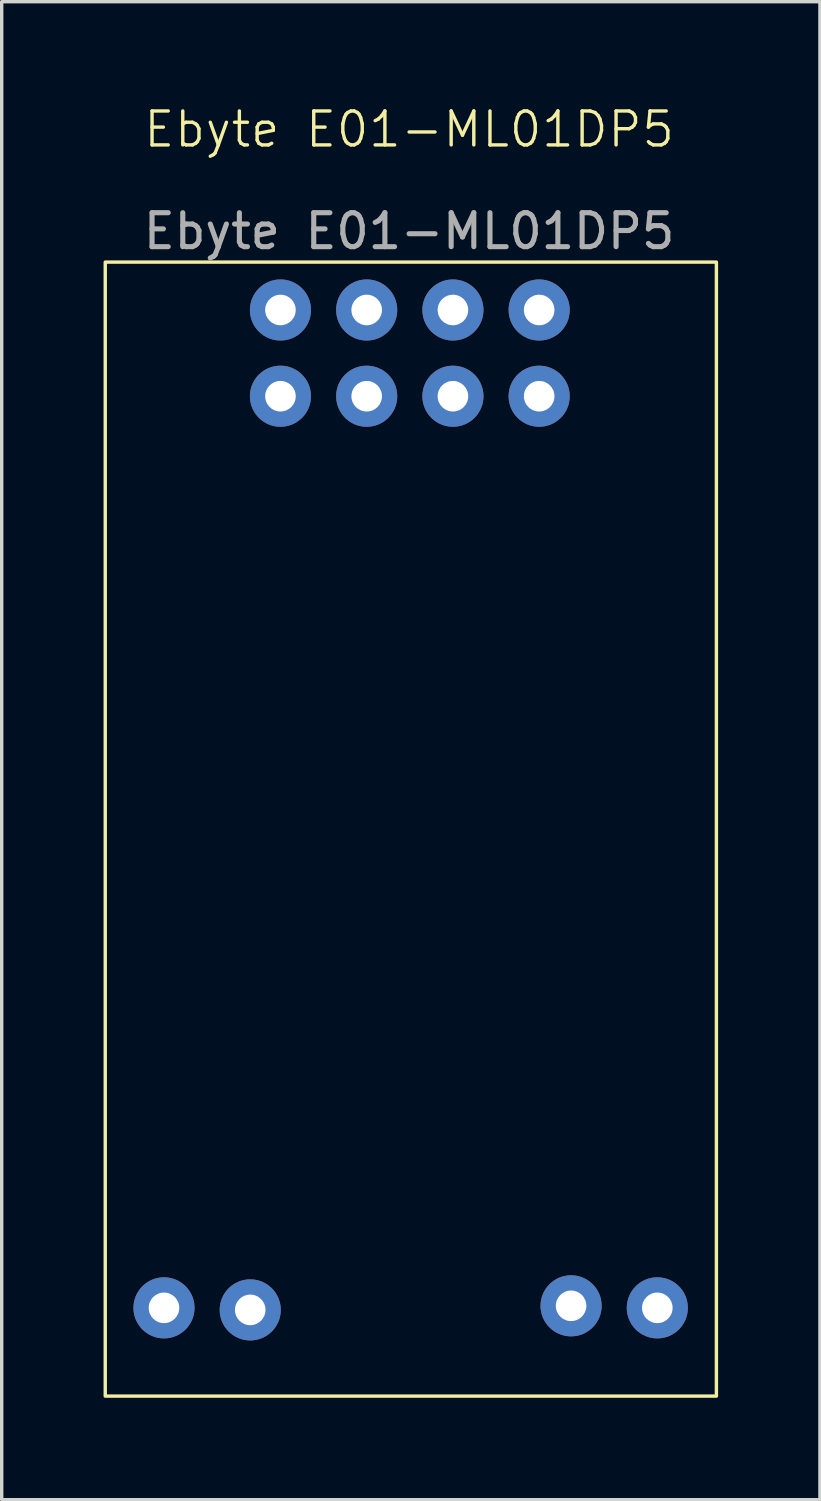
<source format=kicad_pcb>
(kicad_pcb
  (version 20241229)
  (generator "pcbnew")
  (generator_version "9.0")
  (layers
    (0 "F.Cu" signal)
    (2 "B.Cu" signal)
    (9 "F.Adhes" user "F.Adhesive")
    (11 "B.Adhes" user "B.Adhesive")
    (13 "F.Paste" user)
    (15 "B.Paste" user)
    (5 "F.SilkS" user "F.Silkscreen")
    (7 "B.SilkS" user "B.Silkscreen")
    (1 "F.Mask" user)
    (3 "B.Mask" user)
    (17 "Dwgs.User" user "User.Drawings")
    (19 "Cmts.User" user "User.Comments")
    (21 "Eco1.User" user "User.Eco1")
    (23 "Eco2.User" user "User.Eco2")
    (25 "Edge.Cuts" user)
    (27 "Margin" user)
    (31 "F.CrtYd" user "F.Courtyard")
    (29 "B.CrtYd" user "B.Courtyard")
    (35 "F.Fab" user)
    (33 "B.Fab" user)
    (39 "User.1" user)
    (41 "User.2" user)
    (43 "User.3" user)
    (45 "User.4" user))
  (footprint "Ebyte E01-ML01DP5"
    (layer "F.Cu")
    (at 9 1.26)
    (property "Reference" "Ebyte E01-ML01DP5" (at 0 -0.5 0) (unlocked yes) (layer "F.SilkS") (effects (font (size 1 1) (thickness 0.1))))
    (attr through_hole)
    (fp_rect (start -8.95 3.41) (end 9.05 36.81) (stroke (width 0.1) (type default)) (fill no) (layer "F.SilkS"))
    (fp_text user "${REFERENCE}" (at 0 2.5 0) (unlocked yes) (layer "F.Fab") (effects (font (size 1 1) (thickness 0.15))))
    (pad "1" thru_hole circle (at -3.79 4.82 180) (size 1.8 1.8) (drill 0.9) (layers "*.Cu" "*.Mask"))
    (pad "2" thru_hole circle (at -3.79 7.36 180) (size 1.8 1.8) (drill 0.9) (layers "*.Cu" "*.Mask"))
    (pad "3" thru_hole circle (at -1.25 4.82 180) (size 1.8 1.8) (drill 0.9) (layers "*.Cu" "*.Mask"))
    (pad "4" thru_hole circle (at -1.25 7.36 180) (size 1.8 1.8) (drill 0.9) (layers "*.Cu" "*.Mask"))
    (pad "5" thru_hole circle (at 1.29 4.82 180) (size 1.8 1.8) (drill 0.9) (layers "*.Cu" "*.Mask"))
    (pad "6" thru_hole circle (at 1.29 7.36 180) (size 1.8 1.8) (drill 0.9) (layers "*.Cu" "*.Mask"))
    (pad "7" thru_hole circle (at 3.83 4.82 270) (size 1.8 1.8) (drill 0.9) (layers "*.Cu" "*.Mask"))
    (pad "8" thru_hole circle (at 3.83 7.36 270) (size 1.8 1.8) (drill 0.9) (layers "*.Cu" "*.Mask"))
    (pad "9" thru_hole circle (at -7.22 34.21 270) (size 1.8 1.8) (drill 0.9) (layers "*.Cu" "*.Mask"))
    (pad "9" thru_hole circle (at 4.77 34.15 270) (size 1.8 1.8) (drill 0.9) (layers "*.Cu" "*.Mask"))
    (pad "10" thru_hole circle (at -4.68 34.27 270) (size 1.8 1.8) (drill 0.9) (layers "*.Cu" "*.Mask"))
    (pad "10" thru_hole circle (at 7.31 34.21 270) (size 1.8 1.8) (drill 0.9) (layers "*.Cu" "*.Mask")))
  (gr_rect
    (start -3 -3)
    (end 21.1 41.12)
    (stroke (width 0.1) (type default))
    (fill no)
    (layer "Edge.Cuts")))
</source>
